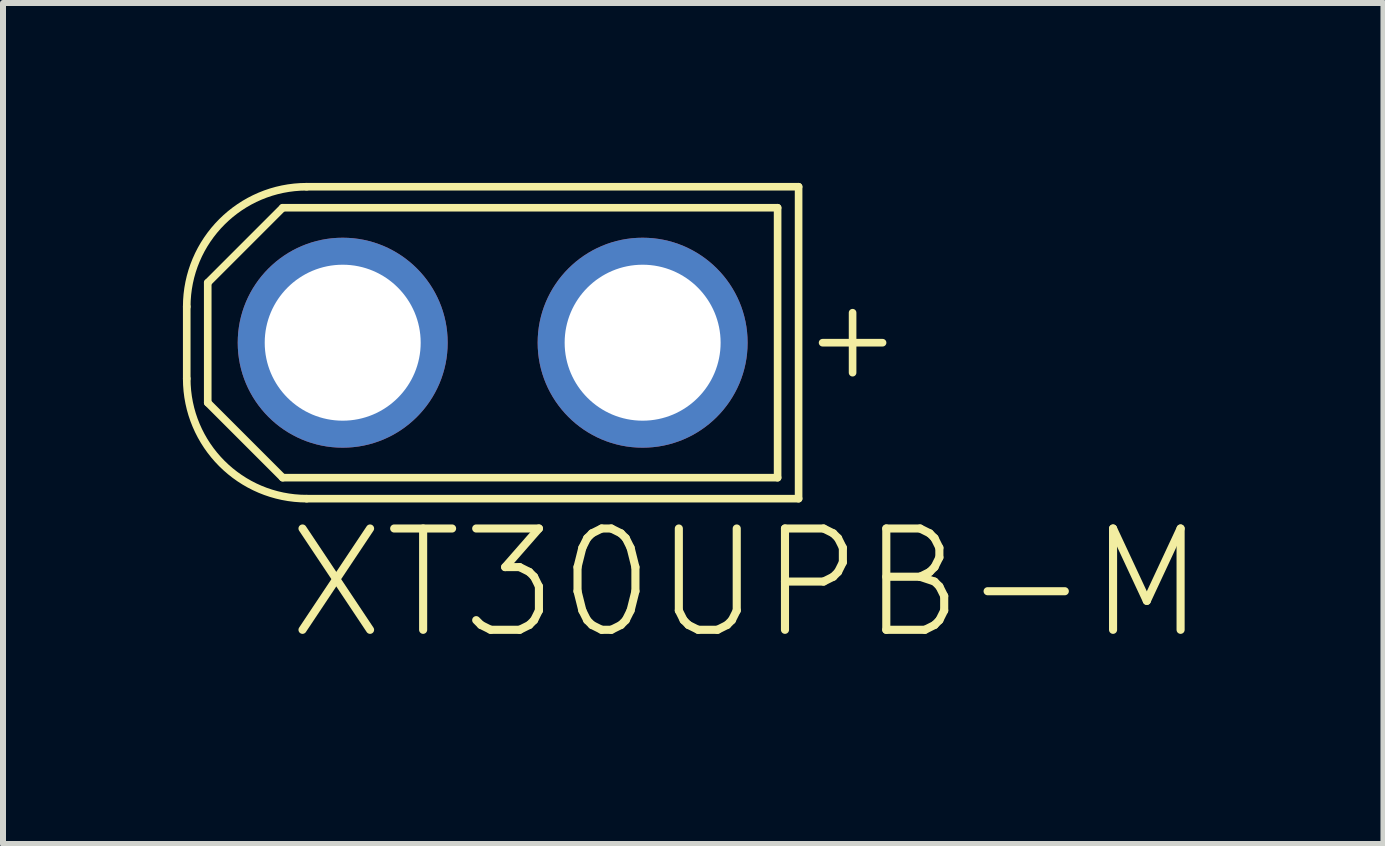
<source format=kicad_pcb>
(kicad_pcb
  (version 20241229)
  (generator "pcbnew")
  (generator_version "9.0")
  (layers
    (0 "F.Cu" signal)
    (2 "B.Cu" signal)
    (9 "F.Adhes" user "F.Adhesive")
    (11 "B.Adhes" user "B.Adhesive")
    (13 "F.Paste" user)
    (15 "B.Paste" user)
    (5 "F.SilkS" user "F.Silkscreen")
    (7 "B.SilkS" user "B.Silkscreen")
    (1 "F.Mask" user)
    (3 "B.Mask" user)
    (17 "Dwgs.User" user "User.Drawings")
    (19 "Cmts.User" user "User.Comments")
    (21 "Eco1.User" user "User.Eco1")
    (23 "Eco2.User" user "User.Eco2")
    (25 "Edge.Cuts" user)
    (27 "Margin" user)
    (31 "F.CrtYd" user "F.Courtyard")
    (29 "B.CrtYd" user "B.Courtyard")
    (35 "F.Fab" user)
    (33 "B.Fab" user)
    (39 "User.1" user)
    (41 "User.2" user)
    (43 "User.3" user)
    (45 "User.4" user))
  (footprint "XT30UPB-M"
    (layer "F.Cu")
    (at 5.163 2.663)
    (property "Reference" "XT30UPB-M" (at -3.5 5 0) (layer "F.SilkS") (effects (font (size 1.689 1.689) (thickness 0.135)) (justify left bottom)))
    (attr through_hole)
    (fp_line (start -5.1 -0.6) (end -5.1 0.6) (stroke (width 0.127) (type solid)) (layer "F.SilkS"))
    (fp_line (start -4.75 -1) (end -4.75 1) (stroke (width 0.127) (type solid)) (layer "F.SilkS"))
    (fp_line (start -4.75 1) (end -3.5 2.25) (stroke (width 0.127) (type solid)) (layer "F.SilkS"))
    (fp_line (start -3.5 -2.25) (end -4.75 -1) (stroke (width 0.127) (type solid)) (layer "F.SilkS"))
    (fp_line (start -3.5 -2.25) (end 4.75 -2.25) (stroke (width 0.127) (type solid)) (layer "F.SilkS"))
    (fp_line (start -3.5 2.25) (end 4.75 2.25) (stroke (width 0.127) (type solid)) (layer "F.SilkS"))
    (fp_line (start -3.1 -2.6) (end 5.1 -2.6) (stroke (width 0.127) (type solid)) (layer "F.SilkS"))
    (fp_line (start -3.1 2.6) (end 5.1 2.6) (stroke (width 0.127) (type solid)) (layer "F.SilkS"))
    (fp_line (start 4.75 2.25) (end 4.75 -2.25) (stroke (width 0.127) (type solid)) (layer "F.SilkS"))
    (fp_line (start 5.1 -2.6) (end 5.1 2.6) (stroke (width 0.127) (type solid)) (layer "F.SilkS"))
    (fp_line (start 5.5 0) (end 6.5 0) (stroke (width 0.127) (type solid)) (layer "F.SilkS"))
    (fp_line (start 6 -0.5) (end 6 0.5) (stroke (width 0.127) (type solid)) (layer "F.SilkS"))
    (fp_arc (start -5.1 -0.6) (mid -4.514213 -2.014213) (end -3.099999 -2.599999) (stroke (width 0.127) (type solid)) (layer "F.SilkS"))
    (fp_arc (start -3.099999 2.599999) (mid -4.514213 2.014213) (end -5.1 0.6) (stroke (width 0.127) (type solid)) (layer "F.SilkS"))
    (pad "+" thru_hole circle (at 2.5 0) (size 3.5 3.5) (drill 2.6) (layers "*.Cu" "*.Mask"))
    (pad "-" thru_hole circle (at -2.5 0) (size 3.5 3.5) (drill 2.6) (layers "*.Cu" "*.Mask")))
  (gr_rect
    (start -3 -3)
    (end 20.013 11.02)
    (stroke (width 0.1) (type default))
    (fill no)
    (layer "Edge.Cuts")))
</source>
